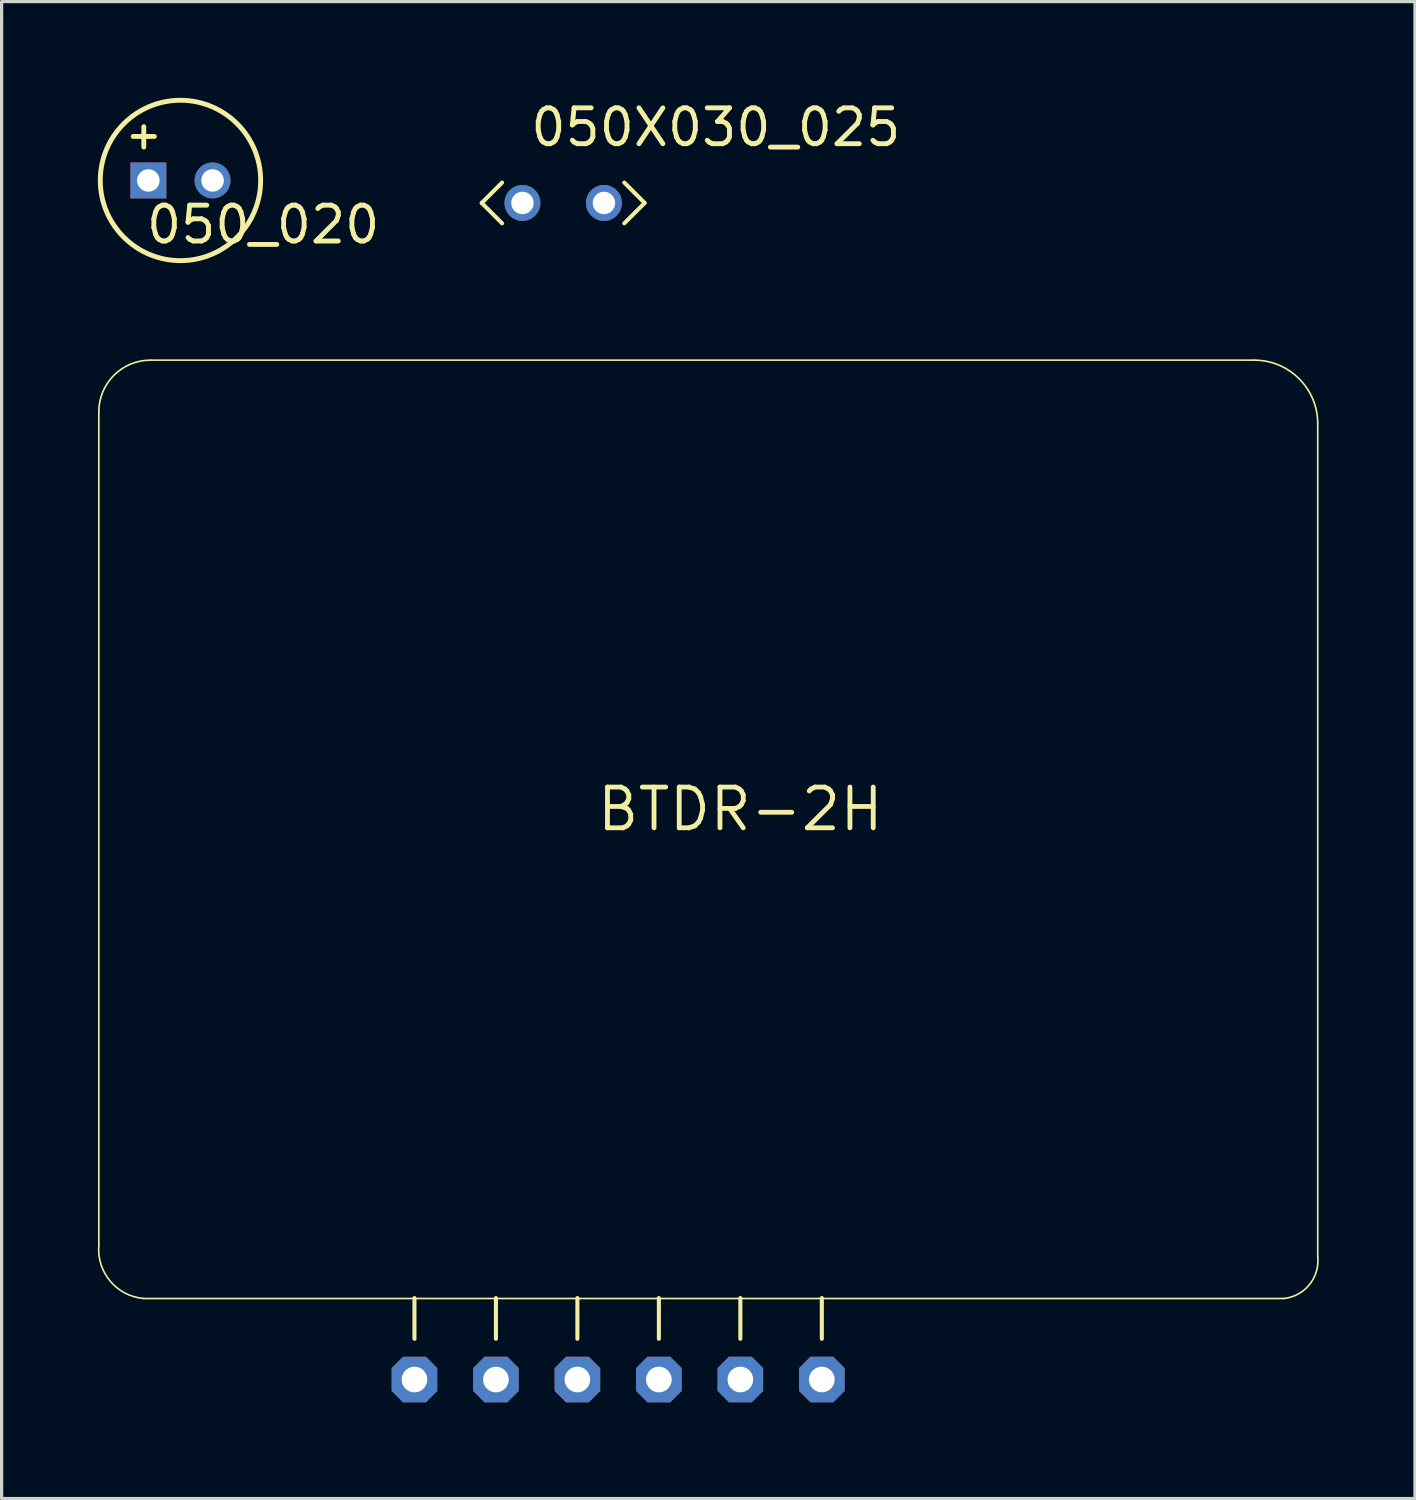
<source format=kicad_pcb>
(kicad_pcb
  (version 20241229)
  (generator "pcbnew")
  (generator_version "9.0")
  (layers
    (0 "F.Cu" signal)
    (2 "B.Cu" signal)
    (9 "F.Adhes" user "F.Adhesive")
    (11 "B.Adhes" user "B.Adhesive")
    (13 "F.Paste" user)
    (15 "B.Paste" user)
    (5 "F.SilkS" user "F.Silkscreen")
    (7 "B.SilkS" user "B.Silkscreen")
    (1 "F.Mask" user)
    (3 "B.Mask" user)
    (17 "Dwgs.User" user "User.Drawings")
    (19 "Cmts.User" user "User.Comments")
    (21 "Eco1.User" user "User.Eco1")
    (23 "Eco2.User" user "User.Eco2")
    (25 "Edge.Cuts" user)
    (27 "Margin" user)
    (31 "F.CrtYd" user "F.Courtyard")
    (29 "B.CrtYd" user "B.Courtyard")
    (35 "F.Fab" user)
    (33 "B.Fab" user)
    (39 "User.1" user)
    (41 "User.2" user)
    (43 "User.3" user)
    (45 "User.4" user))
  (footprint "BTDR-2H"
    (layer "F.Cu")
    (at 20.031 22.178)
    (property "Reference" "BTDR-2H" (at 0 0 0) (layer "F.SilkS") (effects (font (size 1.27 1.27) (thickness 0.15))))
    (fp_line (start -20 13.599) (end -20 -12.39) (stroke (width 0.051) (type solid)) (layer "F.SilkS"))
    (fp_line (start -18.39 -14) (end 16.023 -14) (stroke (width 0.051) (type solid)) (layer "F.SilkS"))
    (fp_line (start -10.16 15.24) (end -10.16 16.51) (stroke (width 0.127) (type solid)) (layer "F.SilkS"))
    (fp_line (start -7.62 15.24) (end -7.62 16.51) (stroke (width 0.127) (type solid)) (layer "F.SilkS"))
    (fp_line (start -5.08 15.24) (end -5.08 16.51) (stroke (width 0.127) (type solid)) (layer "F.SilkS"))
    (fp_line (start -2.54 15.24) (end -2.54 16.51) (stroke (width 0.127) (type solid)) (layer "F.SilkS"))
    (fp_line (start 0 15.24) (end 0 16.51) (stroke (width 0.127) (type solid)) (layer "F.SilkS"))
    (fp_line (start 2.54 15.24) (end 2.54 16.51) (stroke (width 0.127) (type solid)) (layer "F.SilkS"))
    (fp_line (start 16.947 15.254) (end -18.599 15.254) (stroke (width 0.051) (type solid)) (layer "F.SilkS"))
    (fp_line (start 18 -12.023) (end 18 13.947) (stroke (width 0.051) (type solid)) (layer "F.SilkS"))
    (fp_arc (start -20 -12.389878) (mid -19.528406 -13.528406) (end -18.389878 -14) (stroke (width 0.0508) (type solid)) (layer "F.SilkS"))
    (fp_arc (start -18.598787 15.254) (mid -19.6422 14.716593) (end -20 13.598785) (stroke (width 0.0508) (type solid)) (layer "F.SilkS"))
    (fp_arc (start 16.022603 -14) (mid 17.420834 -13.420833) (end 18 -12.022601) (stroke (width 0.0508) (type solid)) (layer "F.SilkS"))
    (fp_arc (start 18 13.946768) (mid 17.744121 14.818515) (end 16.946768 15.254) (stroke (width 0.0508) (type solid)) (layer "F.SilkS"))
    (pad "1" thru_hole roundrect (at 2.54 17.78 270) (size 1.422 1.422) (drill 0.8) (layers "*.Cu" "*.Mask") (roundrect_rratio 0.25) (chamfer_ratio 0.25) (chamfer top_left top_right bottom_left bottom_right))
    (pad "2" thru_hole roundrect (at 0 17.78 270) (size 1.422 1.422) (drill 0.8) (layers "*.Cu" "*.Mask") (roundrect_rratio 0.25) (chamfer_ratio 0.25) (chamfer top_left top_right bottom_left bottom_right))
    (pad "3" thru_hole roundrect (at -2.54 17.78 270) (size 1.422 1.422) (drill 0.8) (layers "*.Cu" "*.Mask") (roundrect_rratio 0.25) (chamfer_ratio 0.25) (chamfer top_left top_right bottom_left bottom_right))
    (pad "4" thru_hole roundrect (at -5.08 17.78 270) (size 1.422 1.422) (drill 0.8) (layers "*.Cu" "*.Mask") (roundrect_rratio 0.25) (chamfer_ratio 0.25) (chamfer top_left top_right bottom_left bottom_right))
    (pad "5" thru_hole roundrect (at -7.62 17.78 270) (size 1.422 1.422) (drill 0.8) (layers "*.Cu" "*.Mask") (roundrect_rratio 0.25) (chamfer_ratio 0.25) (chamfer top_left top_right bottom_left bottom_right))
    (pad "6" thru_hole roundrect (at -10.16 17.78 270) (size 1.422 1.422) (drill 0.8) (layers "*.Cu" "*.Mask") (roundrect_rratio 0.25) (chamfer_ratio 0.25) (chamfer top_left top_right bottom_left bottom_right)))
  (footprint "050_020"
    (layer "F.Cu")
    (at 2.576 2.576)
    (property "Reference" "050_020" (at -1.143 2.032 0) (layer "F.SilkS") (effects (font (size 1.118 1.118) (thickness 0.152)) (justify left bottom)))
    (fp_line (start -1.143 -1.676) (end -1.143 -1.041) (stroke (width 0.152) (type solid)) (layer "F.SilkS"))
    (fp_line (start -0.813 -1.372) (end -1.473 -1.372) (stroke (width 0.152) (type solid)) (layer "F.SilkS"))
    (fp_circle (center 0 0) (end 2.5 0) (stroke (width 0.152) (type solid)) (fill no) (layer "F.SilkS"))
    (fp_line (start -1 0) (end -1.05 0) (stroke (width 0.61) (type solid)) (layer "F.Fab"))
    (fp_line (start 1 0) (end 1.05 0) (stroke (width 0.61) (type solid)) (layer "F.Fab"))
    (pad "+" thru_hole rect (at -1 0) (size 1.12 1.12) (drill 0.7) (layers "*.Cu" "*.Mask"))
    (pad "-" thru_hole circle (at 1 0) (size 1.12 1.12) (drill 0.7) (layers "*.Cu" "*.Mask")))
  (footprint "050X030_025"
    (layer "F.Cu")
    (at 14.508 3.277)
    (property "Reference" "050X030_025" (at -1.092 -1.702 0) (layer "F.SilkS") (effects (font (size 1.118 1.118) (thickness 0.152)) (justify left bottom)))
    (fp_line (start -1.905 -0.635) (end -2.54 0) (stroke (width 0.127) (type solid)) (layer "F.SilkS"))
    (fp_line (start -1.905 0.635) (end -2.54 0) (stroke (width 0.127) (type solid)) (layer "F.SilkS"))
    (fp_line (start 1.905 -0.635) (end 2.54 0) (stroke (width 0.127) (type solid)) (layer "F.SilkS"))
    (fp_line (start 1.905 0.635) (end 2.54 0) (stroke (width 0.127) (type solid)) (layer "F.SilkS"))
    (fp_line (start -1.27 0) (end -1.295 0) (stroke (width 0.61) (type solid)) (layer "F.Fab"))
    (fp_line (start 1.27 0) (end 1.295 0) (stroke (width 0.61) (type solid)) (layer "F.Fab"))
    (pad "1" thru_hole circle (at -1.27 0 180) (size 1.12 1.12) (drill 0.7) (layers "*.Cu" "*.Mask"))
    (pad "2" thru_hole circle (at 1.27 0) (size 1.12 1.12) (drill 0.7) (layers "*.Cu" "*.Mask")))
  (gr_rect
    (start -3 -3)
    (end 41.063 43.669)
    (stroke (width 0.1) (type default))
    (fill no)
    (layer "Edge.Cuts")))
</source>
